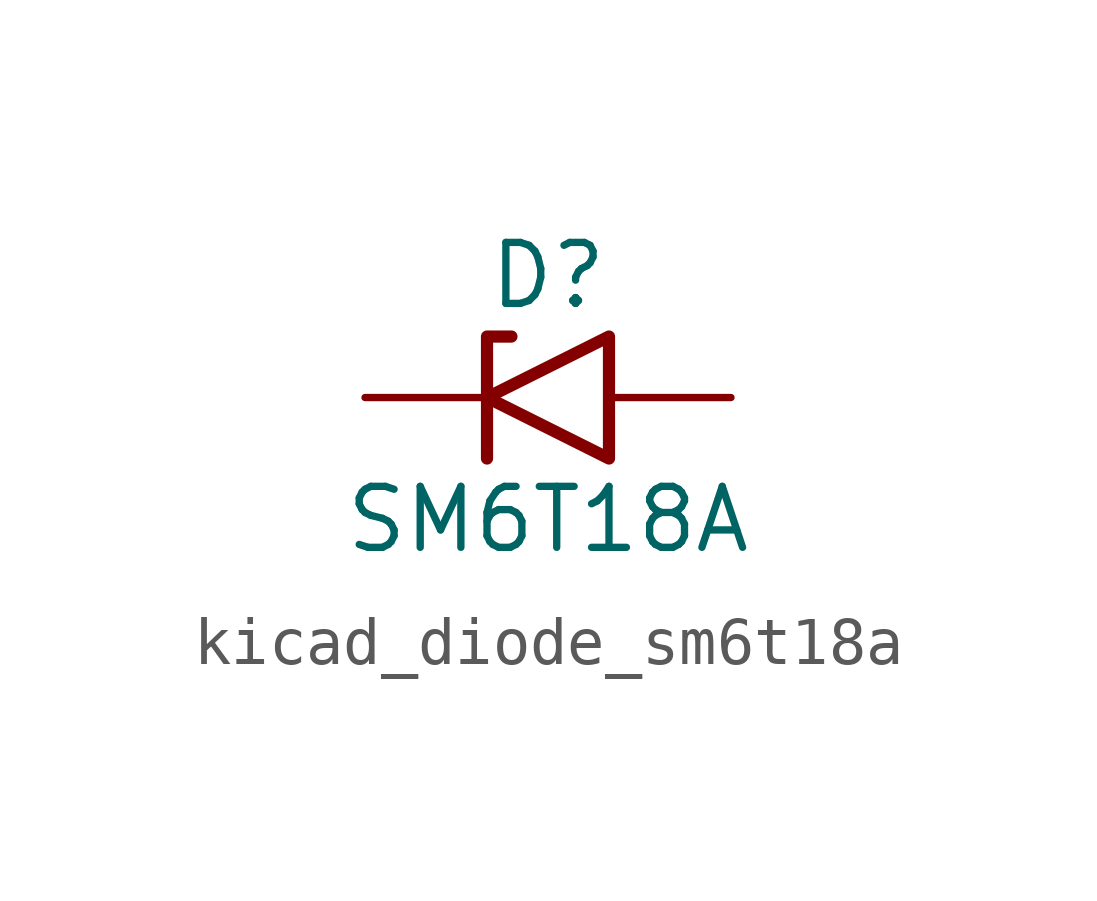
<source format=kicad_sym>
(kicad_symbol_lib
  (version 20220914)
  (generator kicad_symbol_editor)
  (symbol "kicad_diode_sm6t18a"
    (pin_numbers hide)
    (pin_names
      (offset 1.016) hide)
    (property "Reference" "D"
      (at 0 2.54 0)
      (effects (font (size 1.27 1.27))))
    (property "Value" "SM6T18A"
      (at 0 -2.54 0)
      (effects (font (size 1.27 1.27))))
    (symbol "kicad_diode_sm6t18a_0_1"
      (polyline (pts (xy -0.762 1.27) (xy -1.27 1.27) (xy -1.27 -1.27)) (stroke (width 0.254) (type default)) (fill (type none)))
      (polyline (pts (xy 1.27 1.27) (xy 1.27 -1.27) (xy -1.27 0) (xy 1.27 1.27)) (stroke (width 0.254) (type default)) (fill (type none))))
    (symbol "kicad_diode_sm6t18a_1_1"
      (pin passive line (at -3.81 0 0) (length 2.54) (name "A1" (effects (font (size 1.27 1.27)))) (number "1" (effects (font (size 1.27 1.27)))))
      (pin passive line (at 3.81 0 180) (length 2.54) (name "A2" (effects (font (size 1.27 1.27)))) (number "2" (effects (font (size 1.27 1.27))))))))
</source>
